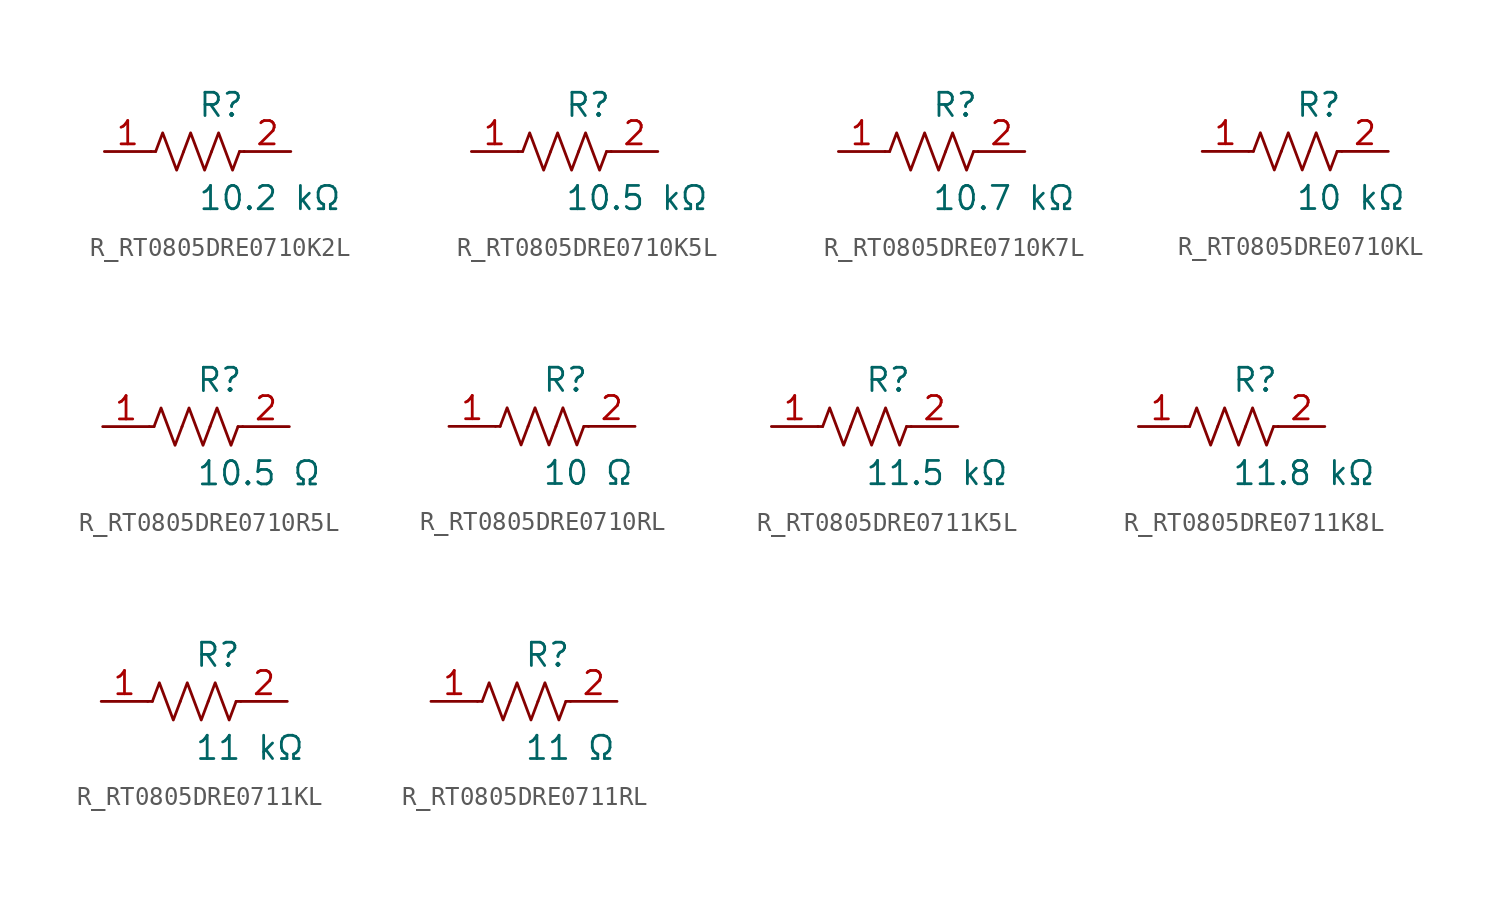
<source format=kicad_sym>
(kicad_symbol_lib
  (version 20231120)
  (generator kicad_symbol_editor)
  (generator_version 8.0)
  (symbol "R_RT0805DRE0710K2L"
    (pin_names
      (offset 0.254))
    (property "Reference" "R"
      (at 0 2.54 0)
      (effects (font (size 1.27 1.27)) (justify left)))
    (property "Value" "10.2 kΩ"
      (at 0 -2.54 0)
      (effects (font (size 1.27 1.27)) (justify left)))
    (symbol "R_RT0805DRE0710K2L_0_1"
      (polyline (pts (xy 2.286 0) (xy 2.54 0)) (stroke (width 0) (type default)) (fill (type none)))
      (polyline (pts (xy -2.286 0) (xy -2.54 0)) (stroke (width 0) (type default)) (fill (type none)))
      (polyline (pts (xy 0.762 0) (xy 1.143 1.016) (xy 1.524 0) (xy 1.905 -1.016) (xy 2.286 0)) (stroke (width 0) (type default)) (fill (type none)))
      (polyline (pts (xy -0.762 0) (xy -0.381 1.016) (xy 0 0) (xy 0.381 -1.016) (xy 0.762 0)) (stroke (width 0) (type default)) (fill (type none)))
      (polyline (pts (xy -2.286 0) (xy -1.905 1.016) (xy -1.524 0) (xy -1.143 -1.016) (xy -0.762 0)) (stroke (width 0) (type default)) (fill (type none))))
    (pin passive line
      (at -5.08 0 0)
      (length 2.54)
      (name "" (effects (font (size 1.27 1.27))))
      (number "1" (effects (font (size 1.27 1.27)))))
    (pin passive line
      (at 5.08 0 180)
      (length 2.54)
      (name "" (effects (font (size 1.27 1.27))))
      (number "2" (effects (font (size 1.27 1.27))))))
  (symbol "R_RT0805DRE0710K5L"
    (pin_names
      (offset 0.254))
    (property "Reference" "R"
      (at 0 2.54 0)
      (effects (font (size 1.27 1.27)) (justify left)))
    (property "Value" "10.5 kΩ"
      (at 0 -2.54 0)
      (effects (font (size 1.27 1.27)) (justify left)))
    (symbol "R_RT0805DRE0710K5L_0_1"
      (polyline (pts (xy 2.286 0) (xy 2.54 0)) (stroke (width 0) (type default)) (fill (type none)))
      (polyline (pts (xy -2.286 0) (xy -2.54 0)) (stroke (width 0) (type default)) (fill (type none)))
      (polyline (pts (xy 0.762 0) (xy 1.143 1.016) (xy 1.524 0) (xy 1.905 -1.016) (xy 2.286 0)) (stroke (width 0) (type default)) (fill (type none)))
      (polyline (pts (xy -0.762 0) (xy -0.381 1.016) (xy 0 0) (xy 0.381 -1.016) (xy 0.762 0)) (stroke (width 0) (type default)) (fill (type none)))
      (polyline (pts (xy -2.286 0) (xy -1.905 1.016) (xy -1.524 0) (xy -1.143 -1.016) (xy -0.762 0)) (stroke (width 0) (type default)) (fill (type none))))
    (pin passive line
      (at -5.08 0 0)
      (length 2.54)
      (name "" (effects (font (size 1.27 1.27))))
      (number "1" (effects (font (size 1.27 1.27)))))
    (pin passive line
      (at 5.08 0 180)
      (length 2.54)
      (name "" (effects (font (size 1.27 1.27))))
      (number "2" (effects (font (size 1.27 1.27))))))
  (symbol "R_RT0805DRE0710K7L"
    (pin_names
      (offset 0.254))
    (property "Reference" "R"
      (at 0 2.54 0)
      (effects (font (size 1.27 1.27)) (justify left)))
    (property "Value" "10.7 kΩ"
      (at 0 -2.54 0)
      (effects (font (size 1.27 1.27)) (justify left)))
    (symbol "R_RT0805DRE0710K7L_0_1"
      (polyline (pts (xy 2.286 0) (xy 2.54 0)) (stroke (width 0) (type default)) (fill (type none)))
      (polyline (pts (xy -2.286 0) (xy -2.54 0)) (stroke (width 0) (type default)) (fill (type none)))
      (polyline (pts (xy 0.762 0) (xy 1.143 1.016) (xy 1.524 0) (xy 1.905 -1.016) (xy 2.286 0)) (stroke (width 0) (type default)) (fill (type none)))
      (polyline (pts (xy -0.762 0) (xy -0.381 1.016) (xy 0 0) (xy 0.381 -1.016) (xy 0.762 0)) (stroke (width 0) (type default)) (fill (type none)))
      (polyline (pts (xy -2.286 0) (xy -1.905 1.016) (xy -1.524 0) (xy -1.143 -1.016) (xy -0.762 0)) (stroke (width 0) (type default)) (fill (type none))))
    (pin passive line
      (at -5.08 0 0)
      (length 2.54)
      (name "" (effects (font (size 1.27 1.27))))
      (number "1" (effects (font (size 1.27 1.27)))))
    (pin passive line
      (at 5.08 0 180)
      (length 2.54)
      (name "" (effects (font (size 1.27 1.27))))
      (number "2" (effects (font (size 1.27 1.27))))))
  (symbol "R_RT0805DRE0710KL"
    (pin_names
      (offset 0.254))
    (property "Reference" "R"
      (at 0 2.54 0)
      (effects (font (size 1.27 1.27)) (justify left)))
    (property "Value" "10 kΩ"
      (at 0 -2.54 0)
      (effects (font (size 1.27 1.27)) (justify left)))
    (symbol "R_RT0805DRE0710KL_0_1"
      (polyline (pts (xy 2.286 0) (xy 2.54 0)) (stroke (width 0) (type default)) (fill (type none)))
      (polyline (pts (xy -2.286 0) (xy -2.54 0)) (stroke (width 0) (type default)) (fill (type none)))
      (polyline (pts (xy 0.762 0) (xy 1.143 1.016) (xy 1.524 0) (xy 1.905 -1.016) (xy 2.286 0)) (stroke (width 0) (type default)) (fill (type none)))
      (polyline (pts (xy -0.762 0) (xy -0.381 1.016) (xy 0 0) (xy 0.381 -1.016) (xy 0.762 0)) (stroke (width 0) (type default)) (fill (type none)))
      (polyline (pts (xy -2.286 0) (xy -1.905 1.016) (xy -1.524 0) (xy -1.143 -1.016) (xy -0.762 0)) (stroke (width 0) (type default)) (fill (type none))))
    (pin passive line
      (at -5.08 0 0)
      (length 2.54)
      (name "" (effects (font (size 1.27 1.27))))
      (number "1" (effects (font (size 1.27 1.27)))))
    (pin passive line
      (at 5.08 0 180)
      (length 2.54)
      (name "" (effects (font (size 1.27 1.27))))
      (number "2" (effects (font (size 1.27 1.27))))))
  (symbol "R_RT0805DRE0710R5L"
    (pin_names
      (offset 0.254))
    (property "Reference" "R"
      (at 0 2.54 0)
      (effects (font (size 1.27 1.27)) (justify left)))
    (property "Value" "10.5 Ω"
      (at 0 -2.54 0)
      (effects (font (size 1.27 1.27)) (justify left)))
    (symbol "R_RT0805DRE0710R5L_0_1"
      (polyline (pts (xy 2.286 0) (xy 2.54 0)) (stroke (width 0) (type default)) (fill (type none)))
      (polyline (pts (xy -2.286 0) (xy -2.54 0)) (stroke (width 0) (type default)) (fill (type none)))
      (polyline (pts (xy 0.762 0) (xy 1.143 1.016) (xy 1.524 0) (xy 1.905 -1.016) (xy 2.286 0)) (stroke (width 0) (type default)) (fill (type none)))
      (polyline (pts (xy -0.762 0) (xy -0.381 1.016) (xy 0 0) (xy 0.381 -1.016) (xy 0.762 0)) (stroke (width 0) (type default)) (fill (type none)))
      (polyline (pts (xy -2.286 0) (xy -1.905 1.016) (xy -1.524 0) (xy -1.143 -1.016) (xy -0.762 0)) (stroke (width 0) (type default)) (fill (type none))))
    (pin passive line
      (at -5.08 0 0)
      (length 2.54)
      (name "" (effects (font (size 1.27 1.27))))
      (number "1" (effects (font (size 1.27 1.27)))))
    (pin passive line
      (at 5.08 0 180)
      (length 2.54)
      (name "" (effects (font (size 1.27 1.27))))
      (number "2" (effects (font (size 1.27 1.27))))))
  (symbol "R_RT0805DRE0710RL"
    (pin_names
      (offset 0.254))
    (property "Reference" "R"
      (at 0 2.54 0)
      (effects (font (size 1.27 1.27)) (justify left)))
    (property "Value" "10 Ω"
      (at 0 -2.54 0)
      (effects (font (size 1.27 1.27)) (justify left)))
    (symbol "R_RT0805DRE0710RL_0_1"
      (polyline (pts (xy 2.286 0) (xy 2.54 0)) (stroke (width 0) (type default)) (fill (type none)))
      (polyline (pts (xy -2.286 0) (xy -2.54 0)) (stroke (width 0) (type default)) (fill (type none)))
      (polyline (pts (xy 0.762 0) (xy 1.143 1.016) (xy 1.524 0) (xy 1.905 -1.016) (xy 2.286 0)) (stroke (width 0) (type default)) (fill (type none)))
      (polyline (pts (xy -0.762 0) (xy -0.381 1.016) (xy 0 0) (xy 0.381 -1.016) (xy 0.762 0)) (stroke (width 0) (type default)) (fill (type none)))
      (polyline (pts (xy -2.286 0) (xy -1.905 1.016) (xy -1.524 0) (xy -1.143 -1.016) (xy -0.762 0)) (stroke (width 0) (type default)) (fill (type none))))
    (pin passive line
      (at -5.08 0 0)
      (length 2.54)
      (name "" (effects (font (size 1.27 1.27))))
      (number "1" (effects (font (size 1.27 1.27)))))
    (pin passive line
      (at 5.08 0 180)
      (length 2.54)
      (name "" (effects (font (size 1.27 1.27))))
      (number "2" (effects (font (size 1.27 1.27))))))
  (symbol "R_RT0805DRE0711K5L"
    (pin_names
      (offset 0.254))
    (property "Reference" "R"
      (at 0 2.54 0)
      (effects (font (size 1.27 1.27)) (justify left)))
    (property "Value" "11.5 kΩ"
      (at 0 -2.54 0)
      (effects (font (size 1.27 1.27)) (justify left)))
    (symbol "R_RT0805DRE0711K5L_0_1"
      (polyline (pts (xy 2.286 0) (xy 2.54 0)) (stroke (width 0) (type default)) (fill (type none)))
      (polyline (pts (xy -2.286 0) (xy -2.54 0)) (stroke (width 0) (type default)) (fill (type none)))
      (polyline (pts (xy 0.762 0) (xy 1.143 1.016) (xy 1.524 0) (xy 1.905 -1.016) (xy 2.286 0)) (stroke (width 0) (type default)) (fill (type none)))
      (polyline (pts (xy -0.762 0) (xy -0.381 1.016) (xy 0 0) (xy 0.381 -1.016) (xy 0.762 0)) (stroke (width 0) (type default)) (fill (type none)))
      (polyline (pts (xy -2.286 0) (xy -1.905 1.016) (xy -1.524 0) (xy -1.143 -1.016) (xy -0.762 0)) (stroke (width 0) (type default)) (fill (type none))))
    (pin passive line
      (at -5.08 0 0)
      (length 2.54)
      (name "" (effects (font (size 1.27 1.27))))
      (number "1" (effects (font (size 1.27 1.27)))))
    (pin passive line
      (at 5.08 0 180)
      (length 2.54)
      (name "" (effects (font (size 1.27 1.27))))
      (number "2" (effects (font (size 1.27 1.27))))))
  (symbol "R_RT0805DRE0711K8L"
    (pin_names
      (offset 0.254))
    (property "Reference" "R"
      (at 0 2.54 0)
      (effects (font (size 1.27 1.27)) (justify left)))
    (property "Value" "11.8 kΩ"
      (at 0 -2.54 0)
      (effects (font (size 1.27 1.27)) (justify left)))
    (symbol "R_RT0805DRE0711K8L_0_1"
      (polyline (pts (xy 2.286 0) (xy 2.54 0)) (stroke (width 0) (type default)) (fill (type none)))
      (polyline (pts (xy -2.286 0) (xy -2.54 0)) (stroke (width 0) (type default)) (fill (type none)))
      (polyline (pts (xy 0.762 0) (xy 1.143 1.016) (xy 1.524 0) (xy 1.905 -1.016) (xy 2.286 0)) (stroke (width 0) (type default)) (fill (type none)))
      (polyline (pts (xy -0.762 0) (xy -0.381 1.016) (xy 0 0) (xy 0.381 -1.016) (xy 0.762 0)) (stroke (width 0) (type default)) (fill (type none)))
      (polyline (pts (xy -2.286 0) (xy -1.905 1.016) (xy -1.524 0) (xy -1.143 -1.016) (xy -0.762 0)) (stroke (width 0) (type default)) (fill (type none))))
    (pin passive line
      (at -5.08 0 0)
      (length 2.54)
      (name "" (effects (font (size 1.27 1.27))))
      (number "1" (effects (font (size 1.27 1.27)))))
    (pin passive line
      (at 5.08 0 180)
      (length 2.54)
      (name "" (effects (font (size 1.27 1.27))))
      (number "2" (effects (font (size 1.27 1.27))))))
  (symbol "R_RT0805DRE0711KL"
    (pin_names
      (offset 0.254))
    (property "Reference" "R"
      (at 0 2.54 0)
      (effects (font (size 1.27 1.27)) (justify left)))
    (property "Value" "11 kΩ"
      (at 0 -2.54 0)
      (effects (font (size 1.27 1.27)) (justify left)))
    (symbol "R_RT0805DRE0711KL_0_1"
      (polyline (pts (xy 2.286 0) (xy 2.54 0)) (stroke (width 0) (type default)) (fill (type none)))
      (polyline (pts (xy -2.286 0) (xy -2.54 0)) (stroke (width 0) (type default)) (fill (type none)))
      (polyline (pts (xy 0.762 0) (xy 1.143 1.016) (xy 1.524 0) (xy 1.905 -1.016) (xy 2.286 0)) (stroke (width 0) (type default)) (fill (type none)))
      (polyline (pts (xy -0.762 0) (xy -0.381 1.016) (xy 0 0) (xy 0.381 -1.016) (xy 0.762 0)) (stroke (width 0) (type default)) (fill (type none)))
      (polyline (pts (xy -2.286 0) (xy -1.905 1.016) (xy -1.524 0) (xy -1.143 -1.016) (xy -0.762 0)) (stroke (width 0) (type default)) (fill (type none))))
    (pin passive line
      (at -5.08 0 0)
      (length 2.54)
      (name "" (effects (font (size 1.27 1.27))))
      (number "1" (effects (font (size 1.27 1.27)))))
    (pin passive line
      (at 5.08 0 180)
      (length 2.54)
      (name "" (effects (font (size 1.27 1.27))))
      (number "2" (effects (font (size 1.27 1.27))))))
  (symbol "R_RT0805DRE0711RL"
    (pin_names
      (offset 0.254))
    (property "Reference" "R"
      (at 0 2.54 0)
      (effects (font (size 1.27 1.27)) (justify left)))
    (property "Value" "11 Ω"
      (at 0 -2.54 0)
      (effects (font (size 1.27 1.27)) (justify left)))
    (symbol "R_RT0805DRE0711RL_0_1"
      (polyline (pts (xy 2.286 0) (xy 2.54 0)) (stroke (width 0) (type default)) (fill (type none)))
      (polyline (pts (xy -2.286 0) (xy -2.54 0)) (stroke (width 0) (type default)) (fill (type none)))
      (polyline (pts (xy 0.762 0) (xy 1.143 1.016) (xy 1.524 0) (xy 1.905 -1.016) (xy 2.286 0)) (stroke (width 0) (type default)) (fill (type none)))
      (polyline (pts (xy -0.762 0) (xy -0.381 1.016) (xy 0 0) (xy 0.381 -1.016) (xy 0.762 0)) (stroke (width 0) (type default)) (fill (type none)))
      (polyline (pts (xy -2.286 0) (xy -1.905 1.016) (xy -1.524 0) (xy -1.143 -1.016) (xy -0.762 0)) (stroke (width 0) (type default)) (fill (type none))))
    (pin passive line
      (at -5.08 0 0)
      (length 2.54)
      (name "" (effects (font (size 1.27 1.27))))
      (number "1" (effects (font (size 1.27 1.27)))))
    (pin passive line
      (at 5.08 0 180)
      (length 2.54)
      (name "" (effects (font (size 1.27 1.27))))
      (number "2" (effects (font (size 1.27 1.27)))))))
</source>
